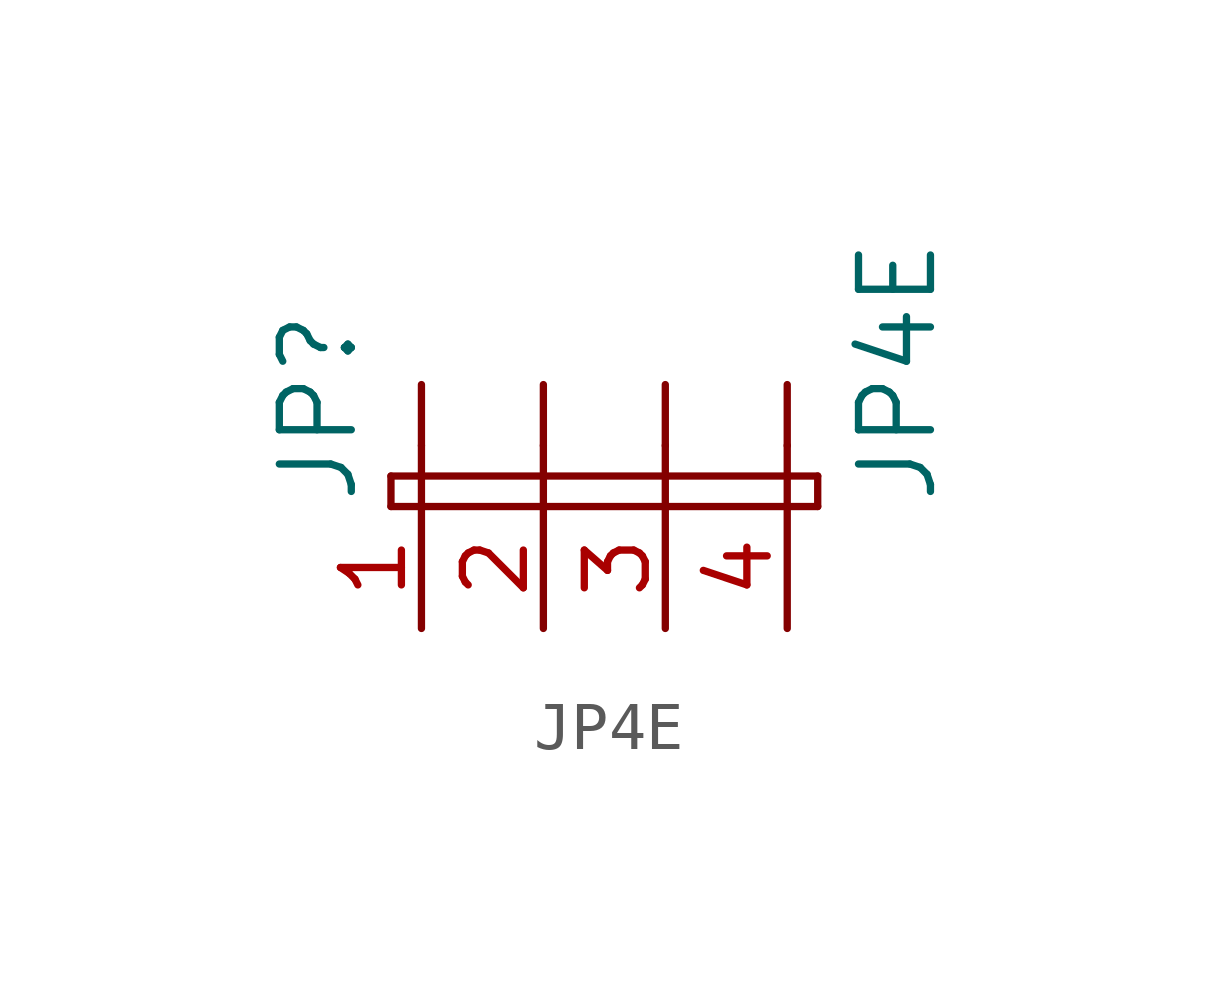
<source format=kicad_sym>
(kicad_symbol_lib
  (version 20211014)
  (generator kicad_symbol_editor)
  (symbol "JP4E"
    (pin_names
      (offset 1.016))
    (property "Reference" "JP"
      (at -3.81 0 90)
      (effects (font (size 1.499 1.499)) (justify left bottom)))
    (property "Value" "JP4E"
      (at 8.255 0 90)
      (effects (font (size 1.499 1.499)) (justify left bottom)))
    (property "ki_locked" ""
      (at 0 0 0)
      (effects (font (size 1.27 1.27))))
    (symbol "JP4E_1_0"
      (polyline (pts (xy -3.175 0) (xy 5.08 0)) (stroke (width 0) (type default) (color 0 0 0 0)) (fill (type none)))
      (polyline (pts (xy -3.175 0.635) (xy -3.175 0)) (stroke (width 0) (type default) (color 0 0 0 0)) (fill (type none)))
      (polyline (pts (xy -2.54 0) (xy -2.54 1.27)) (stroke (width 0) (type default) (color 0 0 0 0)) (fill (type none)))
      (polyline (pts (xy -2.54 2.54) (xy -2.54 1.27)) (stroke (width 0) (type default) (color 0 0 0 0)) (fill (type none)))
      (polyline (pts (xy 0 0) (xy 0 1.27)) (stroke (width 0) (type default) (color 0 0 0 0)) (fill (type none)))
      (polyline (pts (xy 0 2.54) (xy 0 1.27)) (stroke (width 0) (type default) (color 0 0 0 0)) (fill (type none)))
      (polyline (pts (xy 2.54 0) (xy 2.54 1.27)) (stroke (width 0) (type default) (color 0 0 0 0)) (fill (type none)))
      (polyline (pts (xy 2.54 2.54) (xy 2.54 1.27)) (stroke (width 0) (type default) (color 0 0 0 0)) (fill (type none)))
      (polyline (pts (xy 5.08 0) (xy 5.08 1.27)) (stroke (width 0) (type default) (color 0 0 0 0)) (fill (type none)))
      (polyline (pts (xy 5.08 0) (xy 5.715 0)) (stroke (width 0) (type default) (color 0 0 0 0)) (fill (type none)))
      (polyline (pts (xy 5.08 2.54) (xy 5.08 1.27)) (stroke (width 0) (type default) (color 0 0 0 0)) (fill (type none)))
      (polyline (pts (xy 5.715 0) (xy 5.715 0.635)) (stroke (width 0) (type default) (color 0 0 0 0)) (fill (type none)))
      (polyline (pts (xy 5.715 0.635) (xy -3.175 0.635)) (stroke (width 0) (type default) (color 0 0 0 0)) (fill (type none)))
      (pin passive line (at -2.54 -2.54 90) (length 2.54) (name "1" (effects (font (size 0 0)))) (number "1" (effects (font (size 1.27 1.27)))))
      (pin passive line (at 0 -2.54 90) (length 2.54) (name "2" (effects (font (size 0 0)))) (number "2" (effects (font (size 1.27 1.27)))))
      (pin passive line (at 2.54 -2.54 90) (length 2.54) (name "3" (effects (font (size 0 0)))) (number "3" (effects (font (size 1.27 1.27)))))
      (pin passive line (at 5.08 -2.54 90) (length 2.54) (name "4" (effects (font (size 0 0)))) (number "4" (effects (font (size 1.27 1.27))))))))
</source>
